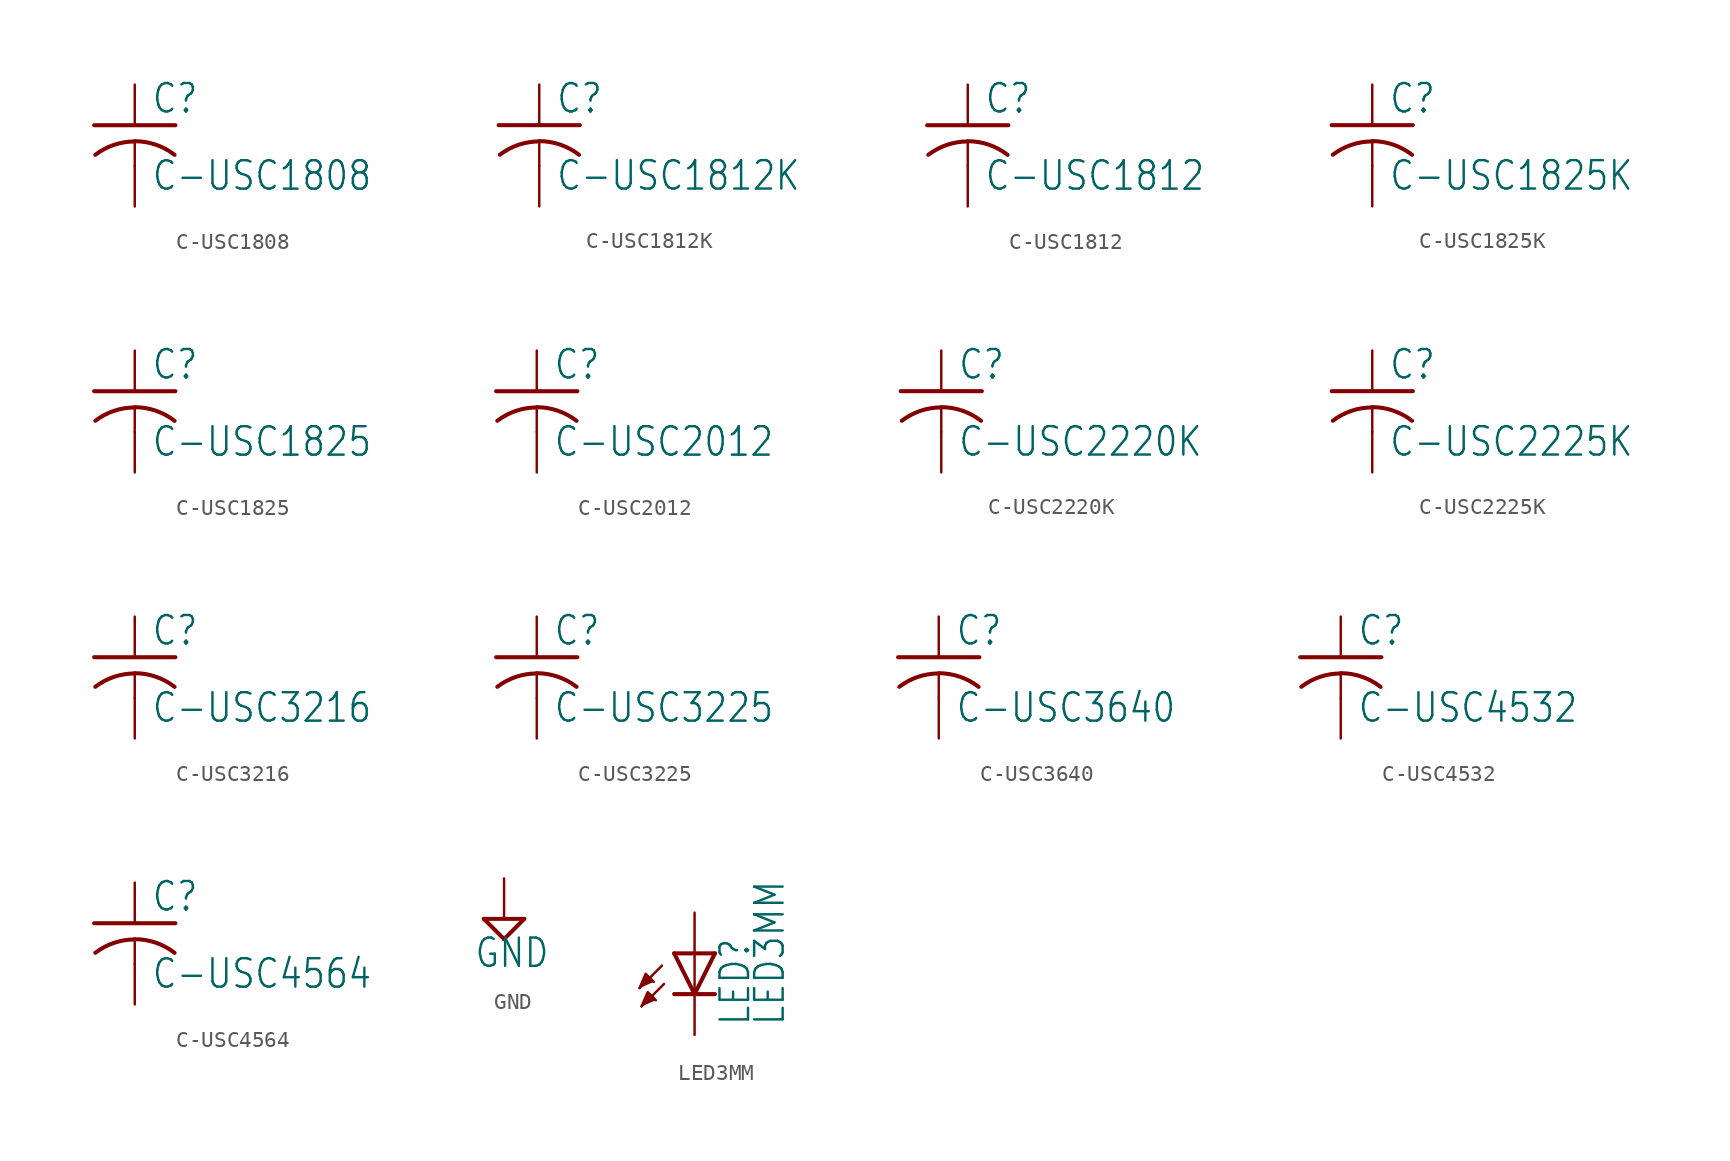
<source format=kicad_sym>
(kicad_symbol_lib
  (version 20201005)
  (generator kicad_symbol_editor)
  (symbol "C-USC1808"
    (property "Reference" "C"
      (at 1.016 0.635 0)
      (effects (font (size 1.778 1.511)) (justify left bottom)))
    (property "Value" "C-USC1808"
      (at 1.016 -4.191 0)
      (effects (font (size 1.778 1.511)) (justify left bottom)))
    (property "ki_locked" ""
      (at 0 0 0)
      (effects (font (size 1.27 1.27))))
    (symbol "C-USC1808_1_0"
      (arc (start 2.4892 -1.8542) (end 0 -1) (radius (at 0 -5.0542) (length 4.0541) (angles 52.1 90)) (stroke (width 0.254)) (fill (type none)))
      (arc (start 0 -1.0161) (end -2.4668 -1.8504) (radius (at 0 -5.0799) (length 4.0638) (angles 90 127.4)) (stroke (width 0.254)) (fill (type none)))
      (polyline (pts (xy -2.54 0) (xy 2.54 0)) (stroke (width 0.254)) (fill (type none)))
      (polyline (pts (xy 0 -1.016) (xy 0 -2.54)) (stroke (width 0.152)) (fill (type none)))
      (pin passive line (at 0 2.54 270) (length 2.54) (name "1" (effects (font (size 0 0)))) (number "1" (effects (font (size 0 0)))))
      (pin passive line (at 0 -5.08 90) (length 2.54) (name "2" (effects (font (size 0 0)))) (number "2" (effects (font (size 0 0)))))))
  (symbol "C-USC1812K"
    (property "Reference" "C"
      (at 1.016 0.635 0)
      (effects (font (size 1.778 1.511)) (justify left bottom)))
    (property "Value" "C-USC1812K"
      (at 1.016 -4.191 0)
      (effects (font (size 1.778 1.511)) (justify left bottom)))
    (property "ki_locked" ""
      (at 0 0 0)
      (effects (font (size 1.27 1.27))))
    (symbol "C-USC1812K_1_0"
      (arc (start 2.4892 -1.8542) (end 0 -1) (radius (at 0 -5.0542) (length 4.0541) (angles 52.1 90)) (stroke (width 0.254)) (fill (type none)))
      (arc (start 0 -1.0161) (end -2.4668 -1.8504) (radius (at 0 -5.0799) (length 4.0638) (angles 90 127.4)) (stroke (width 0.254)) (fill (type none)))
      (polyline (pts (xy -2.54 0) (xy 2.54 0)) (stroke (width 0.254)) (fill (type none)))
      (polyline (pts (xy 0 -1.016) (xy 0 -2.54)) (stroke (width 0.152)) (fill (type none)))
      (pin passive line (at 0 2.54 270) (length 2.54) (name "1" (effects (font (size 0 0)))) (number "1" (effects (font (size 0 0)))))
      (pin passive line (at 0 -5.08 90) (length 2.54) (name "2" (effects (font (size 0 0)))) (number "2" (effects (font (size 0 0)))))))
  (symbol "C-USC1812"
    (property "Reference" "C"
      (at 1.016 0.635 0)
      (effects (font (size 1.778 1.511)) (justify left bottom)))
    (property "Value" "C-USC1812"
      (at 1.016 -4.191 0)
      (effects (font (size 1.778 1.511)) (justify left bottom)))
    (property "ki_locked" ""
      (at 0 0 0)
      (effects (font (size 1.27 1.27))))
    (symbol "C-USC1812_1_0"
      (arc (start 2.4892 -1.8542) (end 0 -1) (radius (at 0 -5.0542) (length 4.0541) (angles 52.1 90)) (stroke (width 0.254)) (fill (type none)))
      (arc (start 0 -1.0161) (end -2.4668 -1.8504) (radius (at 0 -5.0799) (length 4.0638) (angles 90 127.4)) (stroke (width 0.254)) (fill (type none)))
      (polyline (pts (xy -2.54 0) (xy 2.54 0)) (stroke (width 0.254)) (fill (type none)))
      (polyline (pts (xy 0 -1.016) (xy 0 -2.54)) (stroke (width 0.152)) (fill (type none)))
      (pin passive line (at 0 2.54 270) (length 2.54) (name "1" (effects (font (size 0 0)))) (number "1" (effects (font (size 0 0)))))
      (pin passive line (at 0 -5.08 90) (length 2.54) (name "2" (effects (font (size 0 0)))) (number "2" (effects (font (size 0 0)))))))
  (symbol "C-USC1825K"
    (property "Reference" "C"
      (at 1.016 0.635 0)
      (effects (font (size 1.778 1.511)) (justify left bottom)))
    (property "Value" "C-USC1825K"
      (at 1.016 -4.191 0)
      (effects (font (size 1.778 1.511)) (justify left bottom)))
    (property "ki_locked" ""
      (at 0 0 0)
      (effects (font (size 1.27 1.27))))
    (symbol "C-USC1825K_1_0"
      (arc (start 2.4892 -1.8542) (end 0 -1) (radius (at 0 -5.0542) (length 4.0541) (angles 52.1 90)) (stroke (width 0.254)) (fill (type none)))
      (arc (start 0 -1.0161) (end -2.4668 -1.8504) (radius (at 0 -5.0799) (length 4.0638) (angles 90 127.4)) (stroke (width 0.254)) (fill (type none)))
      (polyline (pts (xy -2.54 0) (xy 2.54 0)) (stroke (width 0.254)) (fill (type none)))
      (polyline (pts (xy 0 -1.016) (xy 0 -2.54)) (stroke (width 0.152)) (fill (type none)))
      (pin passive line (at 0 2.54 270) (length 2.54) (name "1" (effects (font (size 0 0)))) (number "1" (effects (font (size 0 0)))))
      (pin passive line (at 0 -5.08 90) (length 2.54) (name "2" (effects (font (size 0 0)))) (number "2" (effects (font (size 0 0)))))))
  (symbol "C-USC1825"
    (property "Reference" "C"
      (at 1.016 0.635 0)
      (effects (font (size 1.778 1.511)) (justify left bottom)))
    (property "Value" "C-USC1825"
      (at 1.016 -4.191 0)
      (effects (font (size 1.778 1.511)) (justify left bottom)))
    (property "ki_locked" ""
      (at 0 0 0)
      (effects (font (size 1.27 1.27))))
    (symbol "C-USC1825_1_0"
      (arc (start 2.4892 -1.8542) (end 0 -1) (radius (at 0 -5.0542) (length 4.0541) (angles 52.1 90)) (stroke (width 0.254)) (fill (type none)))
      (arc (start 0 -1.0161) (end -2.4668 -1.8504) (radius (at 0 -5.0799) (length 4.0638) (angles 90 127.4)) (stroke (width 0.254)) (fill (type none)))
      (polyline (pts (xy -2.54 0) (xy 2.54 0)) (stroke (width 0.254)) (fill (type none)))
      (polyline (pts (xy 0 -1.016) (xy 0 -2.54)) (stroke (width 0.152)) (fill (type none)))
      (pin passive line (at 0 2.54 270) (length 2.54) (name "1" (effects (font (size 0 0)))) (number "1" (effects (font (size 0 0)))))
      (pin passive line (at 0 -5.08 90) (length 2.54) (name "2" (effects (font (size 0 0)))) (number "2" (effects (font (size 0 0)))))))
  (symbol "C-USC2012"
    (property "Reference" "C"
      (at 1.016 0.635 0)
      (effects (font (size 1.778 1.511)) (justify left bottom)))
    (property "Value" "C-USC2012"
      (at 1.016 -4.191 0)
      (effects (font (size 1.778 1.511)) (justify left bottom)))
    (property "ki_locked" ""
      (at 0 0 0)
      (effects (font (size 1.27 1.27))))
    (symbol "C-USC2012_1_0"
      (arc (start 2.4892 -1.8542) (end 0 -1) (radius (at 0 -5.0542) (length 4.0541) (angles 52.1 90)) (stroke (width 0.254)) (fill (type none)))
      (arc (start 0 -1.0161) (end -2.4668 -1.8504) (radius (at 0 -5.0799) (length 4.0638) (angles 90 127.4)) (stroke (width 0.254)) (fill (type none)))
      (polyline (pts (xy -2.54 0) (xy 2.54 0)) (stroke (width 0.254)) (fill (type none)))
      (polyline (pts (xy 0 -1.016) (xy 0 -2.54)) (stroke (width 0.152)) (fill (type none)))
      (pin passive line (at 0 2.54 270) (length 2.54) (name "1" (effects (font (size 0 0)))) (number "1" (effects (font (size 0 0)))))
      (pin passive line (at 0 -5.08 90) (length 2.54) (name "2" (effects (font (size 0 0)))) (number "2" (effects (font (size 0 0)))))))
  (symbol "C-USC2220K"
    (property "Reference" "C"
      (at 1.016 0.635 0)
      (effects (font (size 1.778 1.511)) (justify left bottom)))
    (property "Value" "C-USC2220K"
      (at 1.016 -4.191 0)
      (effects (font (size 1.778 1.511)) (justify left bottom)))
    (property "ki_locked" ""
      (at 0 0 0)
      (effects (font (size 1.27 1.27))))
    (symbol "C-USC2220K_1_0"
      (arc (start 2.4892 -1.8542) (end 0 -1) (radius (at 0 -5.0542) (length 4.0541) (angles 52.1 90)) (stroke (width 0.254)) (fill (type none)))
      (arc (start 0 -1.0161) (end -2.4668 -1.8504) (radius (at 0 -5.0799) (length 4.0638) (angles 90 127.4)) (stroke (width 0.254)) (fill (type none)))
      (polyline (pts (xy -2.54 0) (xy 2.54 0)) (stroke (width 0.254)) (fill (type none)))
      (polyline (pts (xy 0 -1.016) (xy 0 -2.54)) (stroke (width 0.152)) (fill (type none)))
      (pin passive line (at 0 2.54 270) (length 2.54) (name "1" (effects (font (size 0 0)))) (number "1" (effects (font (size 0 0)))))
      (pin passive line (at 0 -5.08 90) (length 2.54) (name "2" (effects (font (size 0 0)))) (number "2" (effects (font (size 0 0)))))))
  (symbol "C-USC2225K"
    (property "Reference" "C"
      (at 1.016 0.635 0)
      (effects (font (size 1.778 1.511)) (justify left bottom)))
    (property "Value" "C-USC2225K"
      (at 1.016 -4.191 0)
      (effects (font (size 1.778 1.511)) (justify left bottom)))
    (property "ki_locked" ""
      (at 0 0 0)
      (effects (font (size 1.27 1.27))))
    (symbol "C-USC2225K_1_0"
      (arc (start 2.4892 -1.8542) (end 0 -1) (radius (at 0 -5.0542) (length 4.0541) (angles 52.1 90)) (stroke (width 0.254)) (fill (type none)))
      (arc (start 0 -1.0161) (end -2.4668 -1.8504) (radius (at 0 -5.0799) (length 4.0638) (angles 90 127.4)) (stroke (width 0.254)) (fill (type none)))
      (polyline (pts (xy -2.54 0) (xy 2.54 0)) (stroke (width 0.254)) (fill (type none)))
      (polyline (pts (xy 0 -1.016) (xy 0 -2.54)) (stroke (width 0.152)) (fill (type none)))
      (pin passive line (at 0 2.54 270) (length 2.54) (name "1" (effects (font (size 0 0)))) (number "1" (effects (font (size 0 0)))))
      (pin passive line (at 0 -5.08 90) (length 2.54) (name "2" (effects (font (size 0 0)))) (number "2" (effects (font (size 0 0)))))))
  (symbol "C-USC3216"
    (property "Reference" "C"
      (at 1.016 0.635 0)
      (effects (font (size 1.778 1.511)) (justify left bottom)))
    (property "Value" "C-USC3216"
      (at 1.016 -4.191 0)
      (effects (font (size 1.778 1.511)) (justify left bottom)))
    (property "ki_locked" ""
      (at 0 0 0)
      (effects (font (size 1.27 1.27))))
    (symbol "C-USC3216_1_0"
      (arc (start 2.4892 -1.8542) (end 0 -1) (radius (at 0 -5.0542) (length 4.0541) (angles 52.1 90)) (stroke (width 0.254)) (fill (type none)))
      (arc (start 0 -1.0161) (end -2.4668 -1.8504) (radius (at 0 -5.0799) (length 4.0638) (angles 90 127.4)) (stroke (width 0.254)) (fill (type none)))
      (polyline (pts (xy -2.54 0) (xy 2.54 0)) (stroke (width 0.254)) (fill (type none)))
      (polyline (pts (xy 0 -1.016) (xy 0 -2.54)) (stroke (width 0.152)) (fill (type none)))
      (pin passive line (at 0 2.54 270) (length 2.54) (name "1" (effects (font (size 0 0)))) (number "1" (effects (font (size 0 0)))))
      (pin passive line (at 0 -5.08 90) (length 2.54) (name "2" (effects (font (size 0 0)))) (number "2" (effects (font (size 0 0)))))))
  (symbol "C-USC3225"
    (property "Reference" "C"
      (at 1.016 0.635 0)
      (effects (font (size 1.778 1.511)) (justify left bottom)))
    (property "Value" "C-USC3225"
      (at 1.016 -4.191 0)
      (effects (font (size 1.778 1.511)) (justify left bottom)))
    (property "ki_locked" ""
      (at 0 0 0)
      (effects (font (size 1.27 1.27))))
    (symbol "C-USC3225_1_0"
      (arc (start 2.4892 -1.8542) (end 0 -1) (radius (at 0 -5.0542) (length 4.0541) (angles 52.1 90)) (stroke (width 0.254)) (fill (type none)))
      (arc (start 0 -1.0161) (end -2.4668 -1.8504) (radius (at 0 -5.0799) (length 4.0638) (angles 90 127.4)) (stroke (width 0.254)) (fill (type none)))
      (polyline (pts (xy -2.54 0) (xy 2.54 0)) (stroke (width 0.254)) (fill (type none)))
      (polyline (pts (xy 0 -1.016) (xy 0 -2.54)) (stroke (width 0.152)) (fill (type none)))
      (pin passive line (at 0 2.54 270) (length 2.54) (name "1" (effects (font (size 0 0)))) (number "1" (effects (font (size 0 0)))))
      (pin passive line (at 0 -5.08 90) (length 2.54) (name "2" (effects (font (size 0 0)))) (number "2" (effects (font (size 0 0)))))))
  (symbol "C-USC3640"
    (property "Reference" "C"
      (at 1.016 0.635 0)
      (effects (font (size 1.778 1.511)) (justify left bottom)))
    (property "Value" "C-USC3640"
      (at 1.016 -4.191 0)
      (effects (font (size 1.778 1.511)) (justify left bottom)))
    (property "ki_locked" ""
      (at 0 0 0)
      (effects (font (size 1.27 1.27))))
    (symbol "C-USC3640_1_0"
      (arc (start 2.4892 -1.8542) (end 0 -1) (radius (at 0 -5.0542) (length 4.0541) (angles 52.1 90)) (stroke (width 0.254)) (fill (type none)))
      (arc (start 0 -1.0161) (end -2.4668 -1.8504) (radius (at 0 -5.0799) (length 4.0638) (angles 90 127.4)) (stroke (width 0.254)) (fill (type none)))
      (polyline (pts (xy -2.54 0) (xy 2.54 0)) (stroke (width 0.254)) (fill (type none)))
      (polyline (pts (xy 0 -1.016) (xy 0 -2.54)) (stroke (width 0.152)) (fill (type none)))
      (pin passive line (at 0 2.54 270) (length 2.54) (name "1" (effects (font (size 0 0)))) (number "1" (effects (font (size 0 0)))))
      (pin passive line (at 0 -5.08 90) (length 2.54) (name "2" (effects (font (size 0 0)))) (number "2" (effects (font (size 0 0)))))))
  (symbol "C-USC4532"
    (property "Reference" "C"
      (at 1.016 0.635 0)
      (effects (font (size 1.778 1.511)) (justify left bottom)))
    (property "Value" "C-USC4532"
      (at 1.016 -4.191 0)
      (effects (font (size 1.778 1.511)) (justify left bottom)))
    (property "ki_locked" ""
      (at 0 0 0)
      (effects (font (size 1.27 1.27))))
    (symbol "C-USC4532_1_0"
      (arc (start 2.4892 -1.8542) (end 0 -1) (radius (at 0 -5.0542) (length 4.0541) (angles 52.1 90)) (stroke (width 0.254)) (fill (type none)))
      (arc (start 0 -1.0161) (end -2.4668 -1.8504) (radius (at 0 -5.0799) (length 4.0638) (angles 90 127.4)) (stroke (width 0.254)) (fill (type none)))
      (polyline (pts (xy -2.54 0) (xy 2.54 0)) (stroke (width 0.254)) (fill (type none)))
      (polyline (pts (xy 0 -1.016) (xy 0 -2.54)) (stroke (width 0.152)) (fill (type none)))
      (pin passive line (at 0 2.54 270) (length 2.54) (name "1" (effects (font (size 0 0)))) (number "1" (effects (font (size 0 0)))))
      (pin passive line (at 0 -5.08 90) (length 2.54) (name "2" (effects (font (size 0 0)))) (number "2" (effects (font (size 0 0)))))))
  (symbol "C-USC4564"
    (property "Reference" "C"
      (at 1.016 0.635 0)
      (effects (font (size 1.778 1.511)) (justify left bottom)))
    (property "Value" "C-USC4564"
      (at 1.016 -4.191 0)
      (effects (font (size 1.778 1.511)) (justify left bottom)))
    (property "ki_locked" ""
      (at 0 0 0)
      (effects (font (size 1.27 1.27))))
    (symbol "C-USC4564_1_0"
      (arc (start 2.4892 -1.8542) (end 0 -1) (radius (at 0 -5.0542) (length 4.0541) (angles 52.1 90)) (stroke (width 0.254)) (fill (type none)))
      (arc (start 0 -1.0161) (end -2.4668 -1.8504) (radius (at 0 -5.0799) (length 4.0638) (angles 90 127.4)) (stroke (width 0.254)) (fill (type none)))
      (polyline (pts (xy -2.54 0) (xy 2.54 0)) (stroke (width 0.254)) (fill (type none)))
      (polyline (pts (xy 0 -1.016) (xy 0 -2.54)) (stroke (width 0.152)) (fill (type none)))
      (pin passive line (at 0 2.54 270) (length 2.54) (name "1" (effects (font (size 0 0)))) (number "1" (effects (font (size 0 0)))))
      (pin passive line (at 0 -5.08 90) (length 2.54) (name "2" (effects (font (size 0 0)))) (number "2" (effects (font (size 0 0)))))))
  (symbol "GND"
    (power)
    (property "Reference" "#SUPPLY"
      (at 0 0 0)
      (effects (font (size 1.27 1.27)) hide))
    (property "Value" "GND"
      (at -1.905 -3.175 0)
      (effects (font (size 1.778 1.511)) (justify left bottom)))
    (property "ki_locked" ""
      (at 0 0 0)
      (effects (font (size 1.27 1.27))))
    (symbol "GND_1_0"
      (polyline (pts (xy -1.27 0) (xy 1.27 0)) (stroke (width 0.254)) (fill (type none)))
      (polyline (pts (xy 1.27 0) (xy 0 -1.27)) (stroke (width 0.254)) (fill (type none)))
      (polyline (pts (xy 0 -1.27) (xy -1.27 0)) (stroke (width 0.254)) (fill (type none)))
      (pin power_in line (at 0 2.54 270) (length 2.54) (name "GND" (effects (font (size 0 0)))) (number "1" (effects (font (size 0 0)))))))
  (symbol "LED3MM"
    (property "Reference" "LED"
      (at 3.556 -4.572 90)
      (effects (font (size 1.778 1.511)) (justify left bottom)))
    (property "Value" "LED3MM"
      (at 5.715 -4.572 90)
      (effects (font (size 1.778 1.511)) (justify left bottom)))
    (property "ki_locked" ""
      (at 0 0 0)
      (effects (font (size 1.27 1.27))))
    (symbol "LED3MM_1_0"
      (polyline (pts (xy 1.27 0) (xy 0 -2.54)) (stroke (width 0.254)) (fill (type none)))
      (polyline (pts (xy 0 -2.54) (xy -1.27 0)) (stroke (width 0.254)) (fill (type none)))
      (polyline (pts (xy 1.27 -2.54) (xy 0 -2.54)) (stroke (width 0.254)) (fill (type none)))
      (polyline (pts (xy 0 -2.54) (xy -1.27 -2.54)) (stroke (width 0.254)) (fill (type none)))
      (polyline (pts (xy 1.27 0) (xy 0 0)) (stroke (width 0.254)) (fill (type none)))
      (polyline (pts (xy 0 0) (xy -1.27 0)) (stroke (width 0.254)) (fill (type none)))
      (polyline (pts (xy 0 0) (xy 0 -2.54)) (stroke (width 0.152)) (fill (type none)))
      (polyline (pts (xy -2.032 -0.762) (xy -3.429 -2.159)) (stroke (width 0.152)) (fill (type none)))
      (polyline (pts (xy -1.905 -1.905) (xy -3.302 -3.302)) (stroke (width 0.152)) (fill (type none)))
      (polyline (pts (xy -3.429 -2.159) (xy -3.048 -1.27) (xy -2.54 -1.778)) (stroke (width 0)) (fill (type outline)))
      (polyline (pts (xy -3.302 -3.302) (xy -2.921 -2.413) (xy -2.413 -2.921)) (stroke (width 0)) (fill (type outline)))
      (pin passive line (at 0 -5.08 90) (length 2.54) (name "C" (effects (font (size 0 0)))) (number "K" (effects (font (size 0 0)))))
      (pin passive line (at 0 2.54 270) (length 2.54) (name "A" (effects (font (size 0 0)))) (number "A" (effects (font (size 0 0))))))))
</source>
